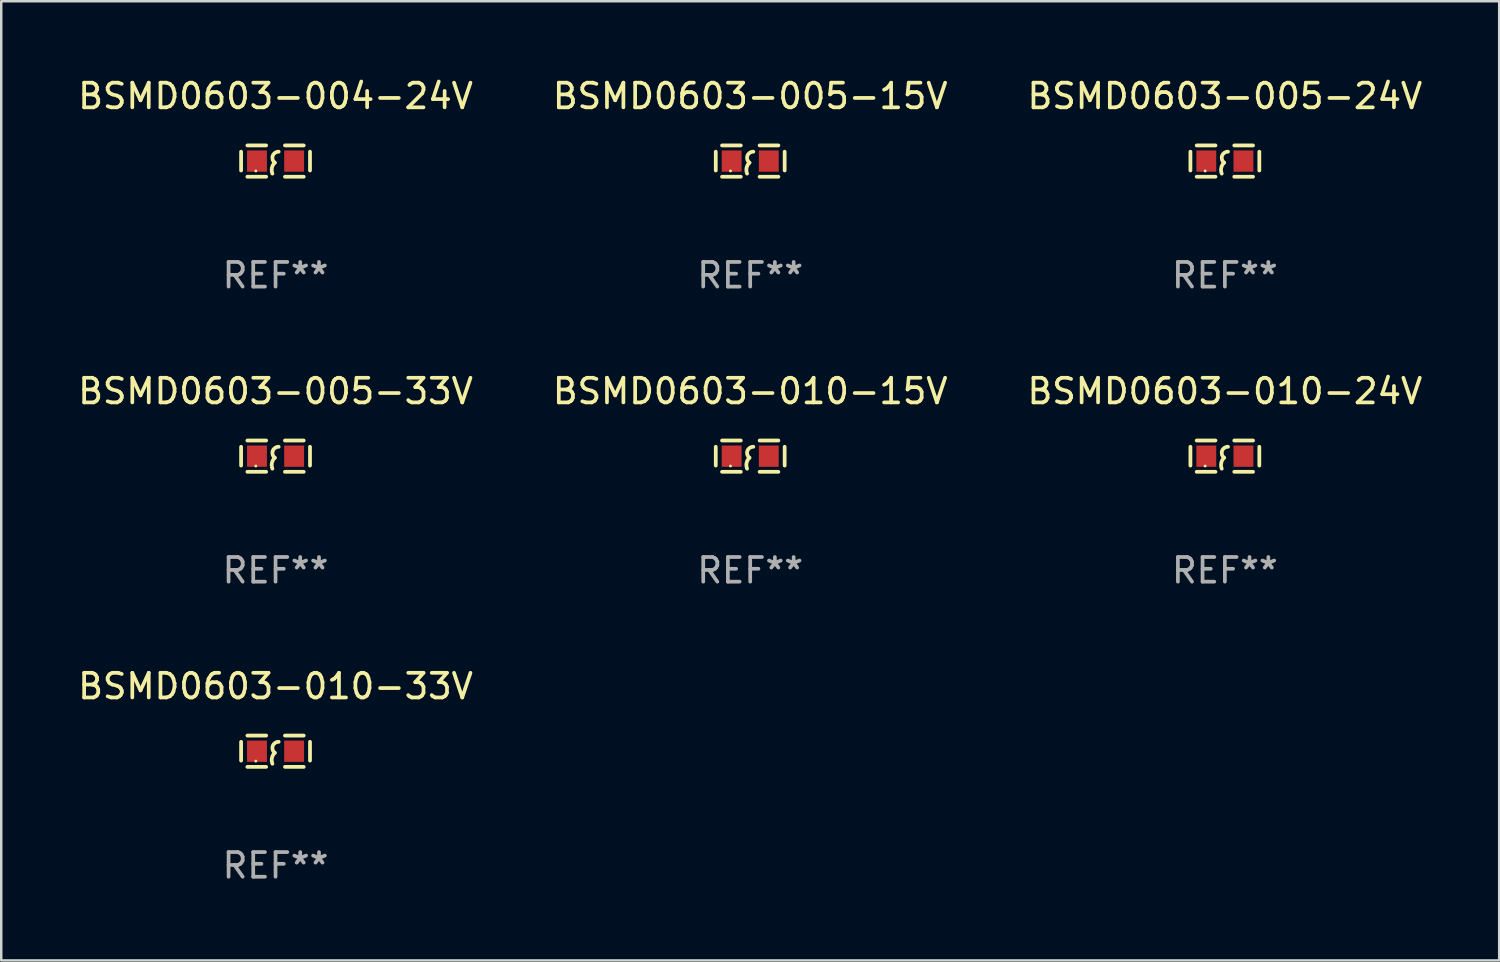
<source format=kicad_pcb>
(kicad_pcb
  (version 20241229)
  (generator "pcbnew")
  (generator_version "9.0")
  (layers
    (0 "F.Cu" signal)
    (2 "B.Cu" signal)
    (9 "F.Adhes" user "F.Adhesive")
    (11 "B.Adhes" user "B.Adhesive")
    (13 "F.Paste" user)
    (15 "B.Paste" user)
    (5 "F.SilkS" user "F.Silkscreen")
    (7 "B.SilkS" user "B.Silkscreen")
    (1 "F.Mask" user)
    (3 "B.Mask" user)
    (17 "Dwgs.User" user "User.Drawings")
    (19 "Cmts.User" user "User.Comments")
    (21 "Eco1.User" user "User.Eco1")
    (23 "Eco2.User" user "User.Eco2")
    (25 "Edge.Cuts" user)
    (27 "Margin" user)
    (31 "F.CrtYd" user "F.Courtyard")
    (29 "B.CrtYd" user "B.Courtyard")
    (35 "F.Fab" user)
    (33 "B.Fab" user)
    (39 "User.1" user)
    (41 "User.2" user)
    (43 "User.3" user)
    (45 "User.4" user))
  (footprint "BSMD0603-005-33V"
    (layer "F.Cu")
    (at 8.125 15.45)
    (property "Reference" "BSMD0603-005-33V" (at 0 -2.635 0) (layer "F.SilkS") (effects (font (size 1 1) (thickness 0.15))))
    (attr through_hole)
    (fp_line (start -1.397 -0.381) (end -1.397 0.381) (stroke (width 0.152) (type solid)) (layer "F.SilkS"))
    (fp_line (start -0.381 -0.635) (end -1.143 -0.635) (stroke (width 0.152) (type solid)) (layer "F.SilkS"))
    (fp_line (start -0.381 0.635) (end -1.143 0.635) (stroke (width 0.152) (type solid)) (layer "F.SilkS"))
    (fp_line (start 0.381 -0.635) (end 1.143 -0.635) (stroke (width 0.152) (type solid)) (layer "F.SilkS"))
    (fp_line (start 0.381 0.635) (end 1.143 0.635) (stroke (width 0.152) (type solid)) (layer "F.SilkS"))
    (fp_line (start 1.397 -0.381) (end 1.397 0.381) (stroke (width 0.152) (type solid)) (layer "F.SilkS"))
    (fp_arc (start -0.127 0.508001) (mid -0.146523 0.271131) (end -0.030861 0.0635) (stroke (width 0.151994) (type solid)) (layer "F.SilkS"))
    (fp_arc (start -0.03175 0.0635) (mid -0.113571 -0.216321) (end 0.127001 -0.381002) (stroke (width 0.151994) (type solid)) (layer "F.SilkS"))
    (fp_circle (center -0.8 0.4) (end -0.77 0.4) (stroke (width 0.06) (type solid)) (fill no) (layer "F.SilkS"))
    (fp_text user "REF**" (at 0 4.635 0) (layer "F.Fab") (effects (font (size 1 1) (thickness 0.15))))
    (pad "1" smd rect (at -0.753 0) (size 0.806 0.864) (layers "F.Cu" "F.Mask" "F.Paste"))
    (pad "2" smd rect (at 0.753 0) (size 0.806 0.864) (layers "F.Cu" "F.Mask" "F.Paste")))
  (footprint "BSMD0603-005-15V"
    (layer "F.Cu")
    (at 27.375 3.483)
    (property "Reference" "BSMD0603-005-15V" (at 0 -2.635 0) (layer "F.SilkS") (effects (font (size 1 1) (thickness 0.15))))
    (attr through_hole)
    (fp_line (start -1.397 -0.381) (end -1.397 0.381) (stroke (width 0.152) (type solid)) (layer "F.SilkS"))
    (fp_line (start -0.381 -0.635) (end -1.143 -0.635) (stroke (width 0.152) (type solid)) (layer "F.SilkS"))
    (fp_line (start -0.381 0.635) (end -1.143 0.635) (stroke (width 0.152) (type solid)) (layer "F.SilkS"))
    (fp_line (start 0.381 -0.635) (end 1.143 -0.635) (stroke (width 0.152) (type solid)) (layer "F.SilkS"))
    (fp_line (start 0.381 0.635) (end 1.143 0.635) (stroke (width 0.152) (type solid)) (layer "F.SilkS"))
    (fp_line (start 1.397 -0.381) (end 1.397 0.381) (stroke (width 0.152) (type solid)) (layer "F.SilkS"))
    (fp_arc (start -0.127 0.508001) (mid -0.146523 0.271131) (end -0.030861 0.0635) (stroke (width 0.151994) (type solid)) (layer "F.SilkS"))
    (fp_arc (start -0.03175 0.0635) (mid -0.113571 -0.216321) (end 0.127001 -0.381002) (stroke (width 0.151994) (type solid)) (layer "F.SilkS"))
    (fp_circle (center -0.8 0.4) (end -0.77 0.4) (stroke (width 0.06) (type solid)) (fill no) (layer "F.SilkS"))
    (fp_text user "REF**" (at 0 4.635 0) (layer "F.Fab") (effects (font (size 1 1) (thickness 0.15))))
    (pad "1" smd rect (at -0.753 0) (size 0.806 0.864) (layers "F.Cu" "F.Mask" "F.Paste"))
    (pad "2" smd rect (at 0.753 0) (size 0.806 0.864) (layers "F.Cu" "F.Mask" "F.Paste")))
  (footprint "BSMD0603-005-24V"
    (layer "F.Cu")
    (at 46.625 3.483)
    (property "Reference" "BSMD0603-005-24V" (at 0 -2.635 0) (layer "F.SilkS") (effects (font (size 1 1) (thickness 0.15))))
    (attr through_hole)
    (fp_line (start -1.397 -0.381) (end -1.397 0.381) (stroke (width 0.152) (type solid)) (layer "F.SilkS"))
    (fp_line (start -0.381 -0.635) (end -1.143 -0.635) (stroke (width 0.152) (type solid)) (layer "F.SilkS"))
    (fp_line (start -0.381 0.635) (end -1.143 0.635) (stroke (width 0.152) (type solid)) (layer "F.SilkS"))
    (fp_line (start 0.381 -0.635) (end 1.143 -0.635) (stroke (width 0.152) (type solid)) (layer "F.SilkS"))
    (fp_line (start 0.381 0.635) (end 1.143 0.635) (stroke (width 0.152) (type solid)) (layer "F.SilkS"))
    (fp_line (start 1.397 -0.381) (end 1.397 0.381) (stroke (width 0.152) (type solid)) (layer "F.SilkS"))
    (fp_arc (start -0.127 0.508001) (mid -0.146523 0.271131) (end -0.030861 0.0635) (stroke (width 0.151994) (type solid)) (layer "F.SilkS"))
    (fp_arc (start -0.03175 0.0635) (mid -0.113571 -0.216321) (end 0.127001 -0.381002) (stroke (width 0.151994) (type solid)) (layer "F.SilkS"))
    (fp_circle (center -0.8 0.4) (end -0.77 0.4) (stroke (width 0.06) (type solid)) (fill no) (layer "F.SilkS"))
    (fp_text user "REF**" (at 0 4.635 0) (layer "F.Fab") (effects (font (size 1 1) (thickness 0.15))))
    (pad "1" smd rect (at -0.753 0) (size 0.806 0.864) (layers "F.Cu" "F.Mask" "F.Paste"))
    (pad "2" smd rect (at 0.753 0) (size 0.806 0.864) (layers "F.Cu" "F.Mask" "F.Paste")))
  (footprint "BSMD0603-010-15V"
    (layer "F.Cu")
    (at 27.375 15.45)
    (property "Reference" "BSMD0603-010-15V" (at 0 -2.635 0) (layer "F.SilkS") (effects (font (size 1 1) (thickness 0.15))))
    (attr through_hole)
    (fp_line (start -1.397 -0.381) (end -1.397 0.381) (stroke (width 0.152) (type solid)) (layer "F.SilkS"))
    (fp_line (start -0.381 -0.635) (end -1.143 -0.635) (stroke (width 0.152) (type solid)) (layer "F.SilkS"))
    (fp_line (start -0.381 0.635) (end -1.143 0.635) (stroke (width 0.152) (type solid)) (layer "F.SilkS"))
    (fp_line (start 0.381 -0.635) (end 1.143 -0.635) (stroke (width 0.152) (type solid)) (layer "F.SilkS"))
    (fp_line (start 0.381 0.635) (end 1.143 0.635) (stroke (width 0.152) (type solid)) (layer "F.SilkS"))
    (fp_line (start 1.397 -0.381) (end 1.397 0.381) (stroke (width 0.152) (type solid)) (layer "F.SilkS"))
    (fp_arc (start -0.127 0.508001) (mid -0.146523 0.271131) (end -0.030861 0.0635) (stroke (width 0.151994) (type solid)) (layer "F.SilkS"))
    (fp_arc (start -0.03175 0.0635) (mid -0.113571 -0.216321) (end 0.127001 -0.381002) (stroke (width 0.151994) (type solid)) (layer "F.SilkS"))
    (fp_circle (center -0.8 0.4) (end -0.77 0.4) (stroke (width 0.06) (type solid)) (fill no) (layer "F.SilkS"))
    (fp_text user "REF**" (at 0 4.635 0) (layer "F.Fab") (effects (font (size 1 1) (thickness 0.15))))
    (pad "1" smd rect (at -0.753 0) (size 0.806 0.864) (layers "F.Cu" "F.Mask" "F.Paste"))
    (pad "2" smd rect (at 0.753 0) (size 0.806 0.864) (layers "F.Cu" "F.Mask" "F.Paste")))
  (footprint "BSMD0603-004-24V"
    (layer "F.Cu")
    (at 8.125 3.483)
    (property "Reference" "BSMD0603-004-24V" (at 0 -2.635 0) (layer "F.SilkS") (effects (font (size 1 1) (thickness 0.15))))
    (attr through_hole)
    (fp_line (start -1.397 -0.381) (end -1.397 0.381) (stroke (width 0.152) (type solid)) (layer "F.SilkS"))
    (fp_line (start -0.381 -0.635) (end -1.143 -0.635) (stroke (width 0.152) (type solid)) (layer "F.SilkS"))
    (fp_line (start -0.381 0.635) (end -1.143 0.635) (stroke (width 0.152) (type solid)) (layer "F.SilkS"))
    (fp_line (start 0.381 -0.635) (end 1.143 -0.635) (stroke (width 0.152) (type solid)) (layer "F.SilkS"))
    (fp_line (start 0.381 0.635) (end 1.143 0.635) (stroke (width 0.152) (type solid)) (layer "F.SilkS"))
    (fp_line (start 1.397 -0.381) (end 1.397 0.381) (stroke (width 0.152) (type solid)) (layer "F.SilkS"))
    (fp_arc (start -0.127 0.508001) (mid -0.146523 0.271131) (end -0.030861 0.0635) (stroke (width 0.151994) (type solid)) (layer "F.SilkS"))
    (fp_arc (start -0.03175 0.0635) (mid -0.113571 -0.216321) (end 0.127001 -0.381002) (stroke (width 0.151994) (type solid)) (layer "F.SilkS"))
    (fp_circle (center -0.8 0.4) (end -0.77 0.4) (stroke (width 0.06) (type solid)) (fill no) (layer "F.SilkS"))
    (fp_text user "REF**" (at 0 4.635 0) (layer "F.Fab") (effects (font (size 1 1) (thickness 0.15))))
    (pad "1" smd rect (at -0.753 0) (size 0.806 0.864) (layers "F.Cu" "F.Mask" "F.Paste"))
    (pad "2" smd rect (at 0.753 0) (size 0.806 0.864) (layers "F.Cu" "F.Mask" "F.Paste")))
  (footprint "BSMD0603-010-24V"
    (layer "F.Cu")
    (at 46.625 15.45)
    (property "Reference" "BSMD0603-010-24V" (at 0 -2.635 0) (layer "F.SilkS") (effects (font (size 1 1) (thickness 0.15))))
    (attr through_hole)
    (fp_line (start -1.397 -0.381) (end -1.397 0.381) (stroke (width 0.152) (type solid)) (layer "F.SilkS"))
    (fp_line (start -0.381 -0.635) (end -1.143 -0.635) (stroke (width 0.152) (type solid)) (layer "F.SilkS"))
    (fp_line (start -0.381 0.635) (end -1.143 0.635) (stroke (width 0.152) (type solid)) (layer "F.SilkS"))
    (fp_line (start 0.381 -0.635) (end 1.143 -0.635) (stroke (width 0.152) (type solid)) (layer "F.SilkS"))
    (fp_line (start 0.381 0.635) (end 1.143 0.635) (stroke (width 0.152) (type solid)) (layer "F.SilkS"))
    (fp_line (start 1.397 -0.381) (end 1.397 0.381) (stroke (width 0.152) (type solid)) (layer "F.SilkS"))
    (fp_arc (start -0.127 0.508001) (mid -0.146523 0.271131) (end -0.030861 0.0635) (stroke (width 0.151994) (type solid)) (layer "F.SilkS"))
    (fp_arc (start -0.03175 0.0635) (mid -0.113571 -0.216321) (end 0.127001 -0.381002) (stroke (width 0.151994) (type solid)) (layer "F.SilkS"))
    (fp_circle (center -0.8 0.4) (end -0.77 0.4) (stroke (width 0.06) (type solid)) (fill no) (layer "F.SilkS"))
    (fp_text user "REF**" (at 0 4.635 0) (layer "F.Fab") (effects (font (size 1 1) (thickness 0.15))))
    (pad "1" smd rect (at -0.753 0) (size 0.806 0.864) (layers "F.Cu" "F.Mask" "F.Paste"))
    (pad "2" smd rect (at 0.753 0) (size 0.806 0.864) (layers "F.Cu" "F.Mask" "F.Paste")))
  (footprint "BSMD0603-010-33V"
    (layer "F.Cu")
    (at 8.125 27.416)
    (property "Reference" "BSMD0603-010-33V" (at 0 -2.635 0) (layer "F.SilkS") (effects (font (size 1 1) (thickness 0.15))))
    (attr through_hole)
    (fp_line (start -1.397 -0.381) (end -1.397 0.381) (stroke (width 0.152) (type solid)) (layer "F.SilkS"))
    (fp_line (start -0.381 -0.635) (end -1.143 -0.635) (stroke (width 0.152) (type solid)) (layer "F.SilkS"))
    (fp_line (start -0.381 0.635) (end -1.143 0.635) (stroke (width 0.152) (type solid)) (layer "F.SilkS"))
    (fp_line (start 0.381 -0.635) (end 1.143 -0.635) (stroke (width 0.152) (type solid)) (layer "F.SilkS"))
    (fp_line (start 0.381 0.635) (end 1.143 0.635) (stroke (width 0.152) (type solid)) (layer "F.SilkS"))
    (fp_line (start 1.397 -0.381) (end 1.397 0.381) (stroke (width 0.152) (type solid)) (layer "F.SilkS"))
    (fp_arc (start -0.127 0.508001) (mid -0.146523 0.271131) (end -0.030861 0.0635) (stroke (width 0.151994) (type solid)) (layer "F.SilkS"))
    (fp_arc (start -0.03175 0.0635) (mid -0.113571 -0.216321) (end 0.127001 -0.381002) (stroke (width 0.151994) (type solid)) (layer "F.SilkS"))
    (fp_circle (center -0.8 0.4) (end -0.77 0.4) (stroke (width 0.06) (type solid)) (fill no) (layer "F.SilkS"))
    (fp_text user "REF**" (at 0 4.635 0) (layer "F.Fab") (effects (font (size 1 1) (thickness 0.15))))
    (pad "1" smd rect (at -0.753 0) (size 0.806 0.864) (layers "F.Cu" "F.Mask" "F.Paste"))
    (pad "2" smd rect (at 0.753 0) (size 0.806 0.864) (layers "F.Cu" "F.Mask" "F.Paste")))
  (gr_rect
    (start -3 -3)
    (end 57.75 35.9)
    (stroke (width 0.1) (type default))
    (fill no)
    (layer "Edge.Cuts")))
</source>
